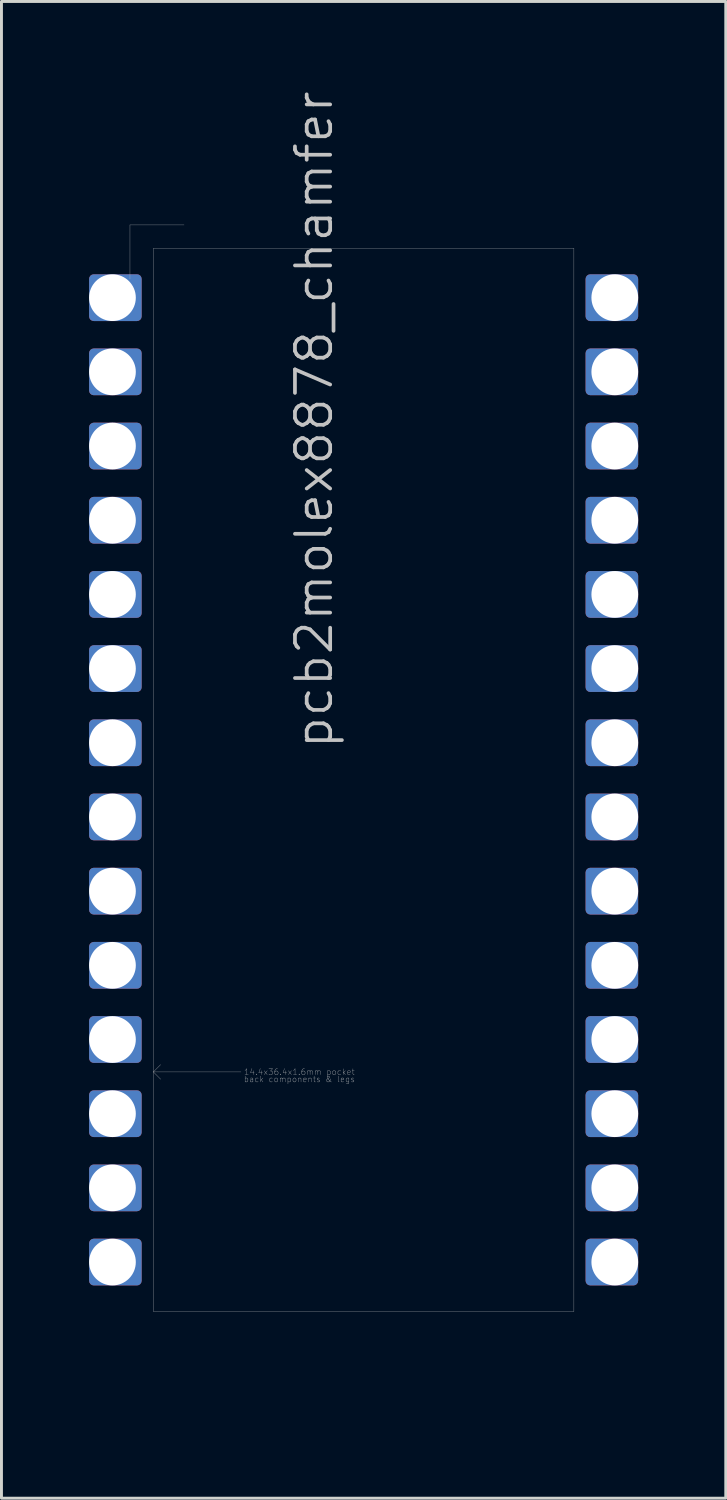
<source format=kicad_pcb>
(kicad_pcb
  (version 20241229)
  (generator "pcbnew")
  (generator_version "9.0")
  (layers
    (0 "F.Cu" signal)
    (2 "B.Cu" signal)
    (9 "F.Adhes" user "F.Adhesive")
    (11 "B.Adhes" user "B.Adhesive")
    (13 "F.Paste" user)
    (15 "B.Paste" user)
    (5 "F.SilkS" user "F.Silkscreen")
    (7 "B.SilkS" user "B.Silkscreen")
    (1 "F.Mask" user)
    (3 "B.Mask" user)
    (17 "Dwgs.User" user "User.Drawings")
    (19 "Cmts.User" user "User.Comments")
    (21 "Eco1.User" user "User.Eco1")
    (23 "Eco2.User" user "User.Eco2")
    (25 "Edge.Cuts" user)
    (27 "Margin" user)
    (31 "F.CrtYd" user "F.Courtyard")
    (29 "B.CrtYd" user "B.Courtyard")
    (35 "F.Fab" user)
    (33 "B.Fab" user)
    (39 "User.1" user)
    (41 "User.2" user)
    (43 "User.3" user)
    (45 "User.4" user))
  (footprint "pcb2molex8878_chamfer"
    (layer "F.Cu")
    (at 9.4 23.652)
    (property "Reference" "pcb2molex8878_chamfer" (at -0.991 -0.991 270) (layer "Dwgs.User") (effects (font (size 1.206 1.206) (thickness 0.127)) (justify left bottom)))
    (attr through_hole)
    (fp_line (start -8 -19) (end -6.15 -19) (stroke (width 0.01) (type solid)) (layer "Dwgs.User"))
    (fp_line (start -8 -17.15) (end -8 -19) (stroke (width 0.01) (type solid)) (layer "Dwgs.User"))
    (fp_line (start -7.2 -18.2) (end -7.2 18.2) (stroke (width 0.01) (type solid)) (layer "Dwgs.User"))
    (fp_line (start -7.2 10) (end -6.95 10.25) (stroke (width 0.01) (type solid)) (layer "Dwgs.User"))
    (fp_line (start -7.2 10) (end -4.2 10) (stroke (width 0.01) (type solid)) (layer "Dwgs.User"))
    (fp_line (start -7.2 18.2) (end 7.2 18.2) (stroke (width 0.01) (type solid)) (layer "Dwgs.User"))
    (fp_line (start -6.95 9.75) (end -7.2 10) (stroke (width 0.01) (type solid)) (layer "Dwgs.User"))
    (fp_line (start 7.2 -18.2) (end -7.2 -18.2) (stroke (width 0.01) (type solid)) (layer "Dwgs.User"))
    (fp_line (start 7.2 18.2) (end 7.2 -18.2) (stroke (width 0.01) (type solid)) (layer "Dwgs.User"))
    (fp_line (start -8.1 -19.05) (end -0.762 -19.05) (stroke (width 0.01) (type solid)) (layer "Eco1.User"))
    (fp_line (start -8.1 19.05) (end -8.1 -19.05) (stroke (width 0.01) (type solid)) (layer "Eco1.User"))
    (fp_line (start -8.1 19.05) (end -4.559 19.05) (stroke (width 0.01) (type solid)) (layer "Eco1.User"))
    (fp_line (start -4.559 19.05) (end -4.559 21.59) (stroke (width 0.01) (type solid)) (layer "Eco1.User"))
    (fp_line (start -4.559 21.59) (end -3.035 21.59) (stroke (width 0.01) (type solid)) (layer "Eco1.User"))
    (fp_line (start -3.035 21.59) (end -3.035 19.05) (stroke (width 0.01) (type solid)) (layer "Eco1.User"))
    (fp_line (start -0.762 -21.59) (end 0.762 -21.59) (stroke (width 0.01) (type solid)) (layer "Eco1.User"))
    (fp_line (start -0.762 -19.05) (end -0.762 -21.59) (stroke (width 0.01) (type solid)) (layer "Eco1.User"))
    (fp_line (start 0.762 -21.59) (end 0.762 -19.05) (stroke (width 0.01) (type solid)) (layer "Eco1.User"))
    (fp_line (start 0.762 -19.05) (end 8.1 -19.05) (stroke (width 0.01) (type solid)) (layer "Eco1.User"))
    (fp_line (start 3.035 19.05) (end -3.035 19.05) (stroke (width 0.01) (type solid)) (layer "Eco1.User"))
    (fp_line (start 3.035 21.59) (end 3.035 19.05) (stroke (width 0.01) (type solid)) (layer "Eco1.User"))
    (fp_line (start 4.559 19.05) (end 4.559 21.59) (stroke (width 0.01) (type solid)) (layer "Eco1.User"))
    (fp_line (start 4.559 19.05) (end 8.1 19.05) (stroke (width 0.01) (type solid)) (layer "Eco1.User"))
    (fp_line (start 4.559 21.59) (end 3.035 21.59) (stroke (width 0.01) (type solid)) (layer "Eco1.User"))
    (fp_line (start 8.1 19.05) (end 8.1 -19.05) (stroke (width 0.01) (type solid)) (layer "Eco1.User"))
    (fp_arc (start -5.4229 19.05) (mid -4.812243 19.302943) (end -4.5593 19.9136) (stroke (width 0.00508) (type solid)) (layer "Eco1.User"))
    (fp_arc (start -3.0353 19.9136) (mid -2.782357 19.302943) (end -2.1717 19.05) (stroke (width 0.00508) (type solid)) (layer "Eco1.User"))
    (fp_arc (start -0.762 -19.9136) (mid -1.014943 -19.302943) (end -1.6256 -19.05) (stroke (width 0.00508) (type solid)) (layer "Eco1.User"))
    (fp_arc (start 1.6256 -19.05) (mid 1.014943 -19.302943) (end 0.762 -19.9136) (stroke (width 0.00508) (type solid)) (layer "Eco1.User"))
    (fp_arc (start 2.1717 19.05) (mid 2.782357 19.302943) (end 3.0353 19.9136) (stroke (width 0.00508) (type solid)) (layer "Eco1.User"))
    (fp_arc (start 4.5593 19.9136) (mid 4.812243 19.302943) (end 5.4229 19.05) (stroke (width 0.00508) (type solid)) (layer "Eco1.User"))
    (fp_line (start -8 19) (end -8 -17.15) (stroke (width 0.01) (type solid)) (layer "Eco2.User"))
    (fp_line (start -8 19) (end 8 19) (stroke (width 0.01) (type solid)) (layer "Eco2.User"))
    (fp_line (start -6.15 -19) (end -8 -17.15) (stroke (width 0.01) (type solid)) (layer "Eco2.User"))
    (fp_line (start 8 -19) (end -6.15 -19) (stroke (width 0.01) (type solid)) (layer "Eco2.User"))
    (fp_line (start 8 -19) (end 8 19) (stroke (width 0.01) (type solid)) (layer "Eco2.User"))
    (fp_text user "back components & legs" (at -2.2 10.25 0) (layer "Dwgs.User") (effects (font (size 0.2 0.2) (thickness 0.01))))
    (fp_text user "14.4x36.4x1.6mm pocket" (at -2.2 10 0) (layer "Dwgs.User") (effects (font (size 0.2 0.2) (thickness 0.01))))
    (fp_text user "Eco1.User is Edge.Cuts for use without carrier." (at -0.03 12.25 0) (layer "Eco1.User") (effects (font (size 0.2 0.2) (thickness 0.01))))
    (fp_text user "Eco2.User is Edge.Cuts for use with carrier" (at 0.125 14.025 0) (unlocked yes) (layer "Eco2.User") (effects (font (size 0.2 0.2) (thickness 0.01))))
    (pad "1" thru_hole roundrect (at -8.6 -16.51) (size 1.8 1.6) (drill 1.6 (offset 0.1 0)) (layers "*.Cu" "*.Mask") (roundrect_rratio 0.1))
    (pad "2" thru_hole roundrect (at -8.6 -13.97) (size 1.8 1.6) (drill 1.6 (offset 0.1 0)) (layers "*.Cu" "*.Mask") (roundrect_rratio 0.1))
    (pad "3" thru_hole roundrect (at -8.6 -11.43) (size 1.8 1.6) (drill 1.6 (offset 0.1 0)) (layers "*.Cu" "*.Mask") (roundrect_rratio 0.1))
    (pad "4" thru_hole roundrect (at -8.6 -8.89) (size 1.8 1.6) (drill 1.6 (offset 0.1 0)) (layers "*.Cu" "*.Mask") (roundrect_rratio 0.1))
    (pad "5" thru_hole roundrect (at -8.6 -6.35) (size 1.8 1.6) (drill 1.6 (offset 0.1 0)) (layers "*.Cu" "*.Mask") (roundrect_rratio 0.1))
    (pad "6" thru_hole roundrect (at -8.6 -3.81) (size 1.8 1.6) (drill 1.6 (offset 0.1 0)) (layers "*.Cu" "*.Mask") (roundrect_rratio 0.1))
    (pad "7" thru_hole roundrect (at -8.6 -1.27) (size 1.8 1.6) (drill 1.6 (offset 0.1 0)) (layers "*.Cu" "*.Mask") (roundrect_rratio 0.1))
    (pad "8" thru_hole roundrect (at -8.6 1.27) (size 1.8 1.6) (drill 1.6 (offset 0.1 0)) (layers "*.Cu" "*.Mask") (roundrect_rratio 0.1))
    (pad "9" thru_hole roundrect (at -8.6 3.81) (size 1.8 1.6) (drill 1.6 (offset 0.1 0)) (layers "*.Cu" "*.Mask") (roundrect_rratio 0.1))
    (pad "10" thru_hole roundrect (at -8.6 6.35) (size 1.8 1.6) (drill 1.6 (offset 0.1 0)) (layers "*.Cu" "*.Mask") (roundrect_rratio 0.1))
    (pad "11" thru_hole roundrect (at -8.6 8.89) (size 1.8 1.6) (drill 1.6 (offset 0.1 0)) (layers "*.Cu" "*.Mask") (roundrect_rratio 0.1))
    (pad "12" thru_hole roundrect (at -8.6 11.43) (size 1.8 1.6) (drill 1.6 (offset 0.1 0)) (layers "*.Cu" "*.Mask") (roundrect_rratio 0.1))
    (pad "13" thru_hole roundrect (at -8.6 13.97) (size 1.8 1.6) (drill 1.6 (offset 0.1 0)) (layers "*.Cu" "*.Mask") (roundrect_rratio 0.1))
    (pad "14" thru_hole roundrect (at -8.6 16.51) (size 1.8 1.6) (drill 1.6 (offset 0.1 0)) (layers "*.Cu" "*.Mask") (roundrect_rratio 0.1))
    (pad "15" thru_hole roundrect (at 8.6 16.51 180) (size 1.8 1.6) (drill 1.6 (offset 0.1 0)) (layers "*.Cu" "*.Mask") (roundrect_rratio 0.1))
    (pad "16" thru_hole roundrect (at 8.6 13.97 180) (size 1.8 1.6) (drill 1.6 (offset 0.1 0)) (layers "*.Cu" "*.Mask") (roundrect_rratio 0.1))
    (pad "17" thru_hole roundrect (at 8.6 11.43 180) (size 1.8 1.6) (drill 1.6 (offset 0.1 0)) (layers "*.Cu" "*.Mask") (roundrect_rratio 0.1))
    (pad "18" thru_hole roundrect (at 8.6 8.89 180) (size 1.8 1.6) (drill 1.6 (offset 0.1 0)) (layers "*.Cu" "*.Mask") (roundrect_rratio 0.1))
    (pad "19" thru_hole roundrect (at 8.6 6.35 180) (size 1.8 1.6) (drill 1.6 (offset 0.1 0)) (layers "*.Cu" "*.Mask") (roundrect_rratio 0.1))
    (pad "20" thru_hole roundrect (at 8.6 3.81 180) (size 1.8 1.6) (drill 1.6 (offset 0.1 0)) (layers "*.Cu" "*.Mask") (roundrect_rratio 0.1))
    (pad "21" thru_hole roundrect (at 8.6 1.27 180) (size 1.8 1.6) (drill 1.6 (offset 0.1 0)) (layers "*.Cu" "*.Mask") (roundrect_rratio 0.1))
    (pad "22" thru_hole roundrect (at 8.6 -1.27 180) (size 1.8 1.6) (drill 1.6 (offset 0.1 0)) (layers "*.Cu" "*.Mask") (roundrect_rratio 0.1))
    (pad "23" thru_hole roundrect (at 8.6 -3.81 180) (size 1.8 1.6) (drill 1.6 (offset 0.1 0)) (layers "*.Cu" "*.Mask") (roundrect_rratio 0.1))
    (pad "24" thru_hole roundrect (at 8.6 -6.35 180) (size 1.8 1.6) (drill 1.6 (offset 0.1 0)) (layers "*.Cu" "*.Mask") (roundrect_rratio 0.1))
    (pad "25" thru_hole roundrect (at 8.6 -8.89 180) (size 1.8 1.6) (drill 1.6 (offset 0.1 0)) (layers "*.Cu" "*.Mask") (roundrect_rratio 0.1))
    (pad "26" thru_hole roundrect (at 8.6 -11.43 180) (size 1.8 1.6) (drill 1.6 (offset 0.1 0)) (layers "*.Cu" "*.Mask") (roundrect_rratio 0.1))
    (pad "27" thru_hole roundrect (at 8.6 -13.97 180) (size 1.8 1.6) (drill 1.6 (offset 0.1 0)) (layers "*.Cu" "*.Mask") (roundrect_rratio 0.1))
    (pad "28" thru_hole roundrect (at 8.6 -16.51 180) (size 1.8 1.6) (drill 1.6 (offset 0.1 0)) (layers "*.Cu" "*.Mask") (roundrect_rratio 0.1)))
  (gr_rect
    (start -3 -3)
    (end 21.8 48.247)
    (stroke (width 0.1) (type default))
    (fill no)
    (layer "Edge.Cuts")))
</source>
